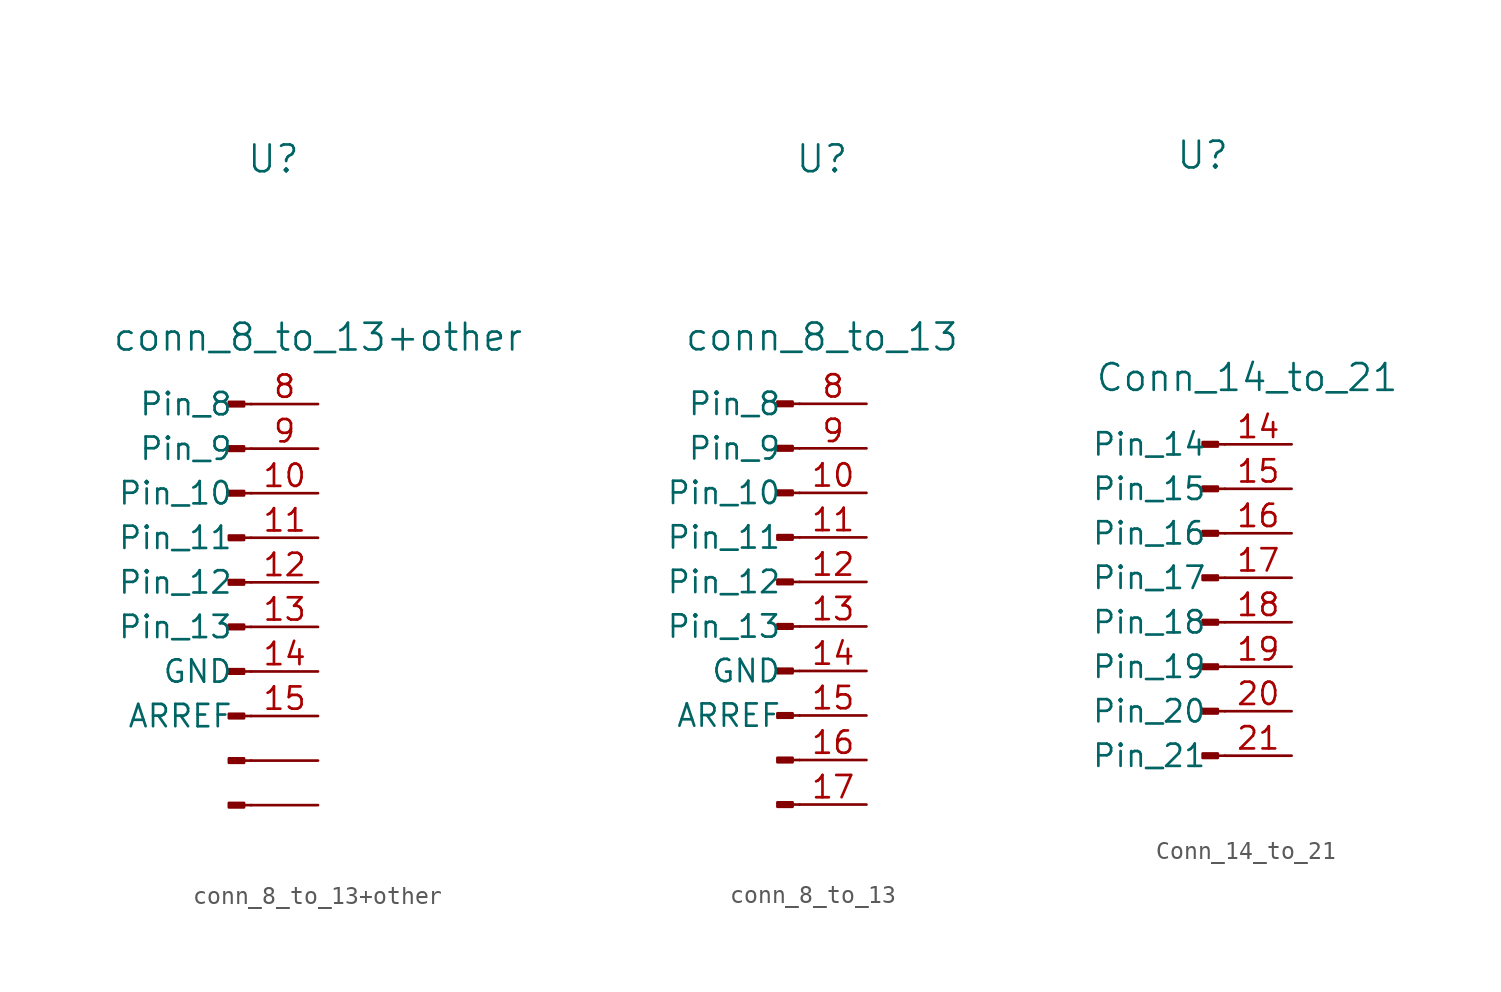
<source format=kicad_sym>
(kicad_symbol_lib
  (version 20211014)
  (generator kicad_symbol_editor)
  (symbol "conn_8_to_13+other"
    (pin_names
      (offset 1.016))
    (property "Reference" "U"
      (at 0 22.86 0)
      (effects (font (size 1.524 1.524))))
    (property "Value" "conn_8_to_13+other"
      (at 2.54 12.7 0)
      (effects (font (size 1.524 1.524))))
    (symbol "conn_8_to_13+other_1_1"
      (rectangle (start -1.676 -13.843) (end -2.54 -14.097) (stroke (width 0.152) (type default) (color 0 0 0 0)) (fill (type outline)))
      (rectangle (start -1.676 -11.303) (end -2.54 -11.557) (stroke (width 0.152) (type default) (color 0 0 0 0)) (fill (type outline)))
      (rectangle (start -1.676 -8.763) (end -2.54 -9.017) (stroke (width 0.152) (type default) (color 0 0 0 0)) (fill (type outline)))
      (rectangle (start -1.676 -6.223) (end -2.54 -6.477) (stroke (width 0.152) (type default) (color 0 0 0 0)) (fill (type outline)))
      (rectangle (start -1.676 -3.683) (end -2.54 -3.937) (stroke (width 0.152) (type default) (color 0 0 0 0)) (fill (type outline)))
      (rectangle (start -1.676 -1.143) (end -2.54 -1.397) (stroke (width 0.152) (type default) (color 0 0 0 0)) (fill (type outline)))
      (rectangle (start -1.676 1.397) (end -2.54 1.143) (stroke (width 0.152) (type default) (color 0 0 0 0)) (fill (type outline)))
      (rectangle (start -1.676 3.937) (end -2.54 3.683) (stroke (width 0.152) (type default) (color 0 0 0 0)) (fill (type outline)))
      (rectangle (start -1.676 6.477) (end -2.54 6.223) (stroke (width 0.152) (type default) (color 0 0 0 0)) (fill (type outline)))
      (rectangle (start -1.676 9.017) (end -2.54 8.763) (stroke (width 0.152) (type default) (color 0 0 0 0)) (fill (type outline)))
      (polyline (pts (xy -1.27 -13.97) (xy -1.676 -13.97)) (stroke (width 0.152) (type default) (color 0 0 0 0)) (fill (type none)))
      (polyline (pts (xy -1.27 -11.43) (xy -1.676 -11.43)) (stroke (width 0.152) (type default) (color 0 0 0 0)) (fill (type none)))
      (polyline (pts (xy -1.27 -8.89) (xy -1.676 -8.89)) (stroke (width 0.152) (type default) (color 0 0 0 0)) (fill (type none)))
      (polyline (pts (xy -1.27 -6.35) (xy -1.676 -6.35)) (stroke (width 0.152) (type default) (color 0 0 0 0)) (fill (type none)))
      (polyline (pts (xy -1.27 -3.81) (xy -1.676 -3.81)) (stroke (width 0.152) (type default) (color 0 0 0 0)) (fill (type none)))
      (polyline (pts (xy -1.27 -1.27) (xy -1.676 -1.27)) (stroke (width 0.152) (type default) (color 0 0 0 0)) (fill (type none)))
      (polyline (pts (xy -1.27 1.27) (xy -1.676 1.27)) (stroke (width 0.152) (type default) (color 0 0 0 0)) (fill (type none)))
      (polyline (pts (xy -1.27 3.81) (xy -1.676 3.81)) (stroke (width 0.152) (type default) (color 0 0 0 0)) (fill (type none)))
      (polyline (pts (xy -1.27 6.35) (xy -1.676 6.35)) (stroke (width 0.152) (type default) (color 0 0 0 0)) (fill (type none)))
      (polyline (pts (xy -1.27 8.89) (xy -1.676 8.89)) (stroke (width 0.152) (type default) (color 0 0 0 0)) (fill (type none)))
      (pin passive line (at 2.54 3.81 180) (length 3.81) (name "Pin_10" (effects (font (size 1.27 1.27)))) (number "10" (effects (font (size 1.27 1.27)))))
      (pin passive line (at 2.54 1.27 180) (length 3.81) (name "Pin_11" (effects (font (size 1.27 1.27)))) (number "11" (effects (font (size 1.27 1.27)))))
      (pin passive line (at 2.54 -1.27 180) (length 3.81) (name "Pin_12" (effects (font (size 1.27 1.27)))) (number "12" (effects (font (size 1.27 1.27)))))
      (pin passive line (at 2.54 -3.81 180) (length 3.81) (name "Pin_13" (effects (font (size 1.27 1.27)))) (number "13" (effects (font (size 1.27 1.27)))))
      (pin passive line (at 2.54 -6.35 180) (length 3.81) (name "GND" (effects (font (size 1.27 1.27)))) (number "14" (effects (font (size 1.27 1.27)))))
      (pin passive line (at 2.54 -8.89 180) (length 3.81) (name "ARREF" (effects (font (size 1.27 1.27)))) (number "15" (effects (font (size 1.27 1.27)))))
      (pin passive line (at 2.54 8.89 180) (length 3.81) (name "Pin_8" (effects (font (size 1.27 1.27)))) (number "8" (effects (font (size 1.27 1.27)))))
      (pin passive line (at 2.54 6.35 180) (length 3.81) (name "Pin_9" (effects (font (size 1.27 1.27)))) (number "9" (effects (font (size 1.27 1.27)))))
      (pin passive line (at 2.54 -13.97 180) (length 3.81) (name "~" (effects (font (size 1.27 1.27)))) (number "~" (effects (font (size 1.27 1.27)))))
      (pin passive line (at 2.54 -11.43 180) (length 3.81) (name "~" (effects (font (size 1.27 1.27)))) (number "~" (effects (font (size 1.27 1.27)))))))
  (symbol "conn_8_to_13"
    (pin_names
      (offset 1.016))
    (property "Reference" "U"
      (at 0 22.86 0)
      (effects (font (size 1.524 1.524))))
    (property "Value" "conn_8_to_13"
      (at 0 12.7 0)
      (effects (font (size 1.524 1.524))))
    (symbol "conn_8_to_13_1_1"
      (rectangle (start -1.676 -13.843) (end -2.54 -14.097) (stroke (width 0.152) (type default) (color 0 0 0 0)) (fill (type outline)))
      (rectangle (start -1.676 -11.303) (end -2.54 -11.557) (stroke (width 0.152) (type default) (color 0 0 0 0)) (fill (type outline)))
      (rectangle (start -1.676 -8.763) (end -2.54 -9.017) (stroke (width 0.152) (type default) (color 0 0 0 0)) (fill (type outline)))
      (rectangle (start -1.676 -6.223) (end -2.54 -6.477) (stroke (width 0.152) (type default) (color 0 0 0 0)) (fill (type outline)))
      (rectangle (start -1.676 -3.683) (end -2.54 -3.937) (stroke (width 0.152) (type default) (color 0 0 0 0)) (fill (type outline)))
      (rectangle (start -1.676 -1.143) (end -2.54 -1.397) (stroke (width 0.152) (type default) (color 0 0 0 0)) (fill (type outline)))
      (rectangle (start -1.676 1.397) (end -2.54 1.143) (stroke (width 0.152) (type default) (color 0 0 0 0)) (fill (type outline)))
      (rectangle (start -1.676 3.937) (end -2.54 3.683) (stroke (width 0.152) (type default) (color 0 0 0 0)) (fill (type outline)))
      (rectangle (start -1.676 6.477) (end -2.54 6.223) (stroke (width 0.152) (type default) (color 0 0 0 0)) (fill (type outline)))
      (rectangle (start -1.676 9.017) (end -2.54 8.763) (stroke (width 0.152) (type default) (color 0 0 0 0)) (fill (type outline)))
      (polyline (pts (xy -1.27 -13.97) (xy -1.676 -13.97)) (stroke (width 0.152) (type default) (color 0 0 0 0)) (fill (type none)))
      (polyline (pts (xy -1.27 -11.43) (xy -1.676 -11.43)) (stroke (width 0.152) (type default) (color 0 0 0 0)) (fill (type none)))
      (polyline (pts (xy -1.27 -8.89) (xy -1.676 -8.89)) (stroke (width 0.152) (type default) (color 0 0 0 0)) (fill (type none)))
      (polyline (pts (xy -1.27 -6.35) (xy -1.676 -6.35)) (stroke (width 0.152) (type default) (color 0 0 0 0)) (fill (type none)))
      (polyline (pts (xy -1.27 -3.81) (xy -1.676 -3.81)) (stroke (width 0.152) (type default) (color 0 0 0 0)) (fill (type none)))
      (polyline (pts (xy -1.27 -1.27) (xy -1.676 -1.27)) (stroke (width 0.152) (type default) (color 0 0 0 0)) (fill (type none)))
      (polyline (pts (xy -1.27 1.27) (xy -1.676 1.27)) (stroke (width 0.152) (type default) (color 0 0 0 0)) (fill (type none)))
      (polyline (pts (xy -1.27 3.81) (xy -1.676 3.81)) (stroke (width 0.152) (type default) (color 0 0 0 0)) (fill (type none)))
      (polyline (pts (xy -1.27 6.35) (xy -1.676 6.35)) (stroke (width 0.152) (type default) (color 0 0 0 0)) (fill (type none)))
      (polyline (pts (xy -1.27 8.89) (xy -1.676 8.89)) (stroke (width 0.152) (type default) (color 0 0 0 0)) (fill (type none)))
      (pin passive line (at 2.54 3.81 180) (length 3.81) (name "Pin_10" (effects (font (size 1.27 1.27)))) (number "10" (effects (font (size 1.27 1.27)))))
      (pin passive line (at 2.54 1.27 180) (length 3.81) (name "Pin_11" (effects (font (size 1.27 1.27)))) (number "11" (effects (font (size 1.27 1.27)))))
      (pin passive line (at 2.54 -1.27 180) (length 3.81) (name "Pin_12" (effects (font (size 1.27 1.27)))) (number "12" (effects (font (size 1.27 1.27)))))
      (pin passive line (at 2.54 -3.81 180) (length 3.81) (name "Pin_13" (effects (font (size 1.27 1.27)))) (number "13" (effects (font (size 1.27 1.27)))))
      (pin passive line (at 2.54 -6.35 180) (length 3.81) (name "GND" (effects (font (size 1.27 1.27)))) (number "14" (effects (font (size 1.27 1.27)))))
      (pin passive line (at 2.54 -8.89 180) (length 3.81) (name "ARREF" (effects (font (size 1.27 1.27)))) (number "15" (effects (font (size 1.27 1.27)))))
      (pin passive line (at 2.54 -11.43 180) (length 3.81) (name "~" (effects (font (size 1.27 1.27)))) (number "16" (effects (font (size 1.27 1.27)))))
      (pin passive line (at 2.54 -13.97 180) (length 3.81) (name "~" (effects (font (size 1.27 1.27)))) (number "17" (effects (font (size 1.27 1.27)))))
      (pin passive line (at 2.54 8.89 180) (length 3.81) (name "Pin_8" (effects (font (size 1.27 1.27)))) (number "8" (effects (font (size 1.27 1.27)))))
      (pin passive line (at 2.54 6.35 180) (length 3.81) (name "Pin_9" (effects (font (size 1.27 1.27)))) (number "9" (effects (font (size 1.27 1.27)))))))
  (symbol "Conn_14_to_21"
    (pin_names
      (offset 1.016))
    (property "Reference" "U"
      (at -2.54 22.86 0)
      (effects (font (size 1.524 1.524))))
    (property "Value" "Conn_14_to_21"
      (at 0 10.16 0)
      (effects (font (size 1.524 1.524))))
    (symbol "Conn_14_to_21_1_1"
      (rectangle (start -1.676 -11.303) (end -2.54 -11.557) (stroke (width 0.152) (type default) (color 0 0 0 0)) (fill (type outline)))
      (rectangle (start -1.676 -8.763) (end -2.54 -9.017) (stroke (width 0.152) (type default) (color 0 0 0 0)) (fill (type outline)))
      (rectangle (start -1.676 -6.223) (end -2.54 -6.477) (stroke (width 0.152) (type default) (color 0 0 0 0)) (fill (type outline)))
      (rectangle (start -1.676 -3.683) (end -2.54 -3.937) (stroke (width 0.152) (type default) (color 0 0 0 0)) (fill (type outline)))
      (rectangle (start -1.676 -1.143) (end -2.54 -1.397) (stroke (width 0.152) (type default) (color 0 0 0 0)) (fill (type outline)))
      (rectangle (start -1.676 1.397) (end -2.54 1.143) (stroke (width 0.152) (type default) (color 0 0 0 0)) (fill (type outline)))
      (rectangle (start -1.676 3.937) (end -2.54 3.683) (stroke (width 0.152) (type default) (color 0 0 0 0)) (fill (type outline)))
      (rectangle (start -1.676 6.477) (end -2.54 6.223) (stroke (width 0.152) (type default) (color 0 0 0 0)) (fill (type outline)))
      (polyline (pts (xy -1.27 -11.43) (xy -1.676 -11.43)) (stroke (width 0.152) (type default) (color 0 0 0 0)) (fill (type none)))
      (polyline (pts (xy -1.27 -8.89) (xy -1.676 -8.89)) (stroke (width 0.152) (type default) (color 0 0 0 0)) (fill (type none)))
      (polyline (pts (xy -1.27 -6.35) (xy -1.676 -6.35)) (stroke (width 0.152) (type default) (color 0 0 0 0)) (fill (type none)))
      (polyline (pts (xy -1.27 -3.81) (xy -1.676 -3.81)) (stroke (width 0.152) (type default) (color 0 0 0 0)) (fill (type none)))
      (polyline (pts (xy -1.27 -1.27) (xy -1.676 -1.27)) (stroke (width 0.152) (type default) (color 0 0 0 0)) (fill (type none)))
      (polyline (pts (xy -1.27 1.27) (xy -1.676 1.27)) (stroke (width 0.152) (type default) (color 0 0 0 0)) (fill (type none)))
      (polyline (pts (xy -1.27 3.81) (xy -1.676 3.81)) (stroke (width 0.152) (type default) (color 0 0 0 0)) (fill (type none)))
      (polyline (pts (xy -1.27 6.35) (xy -1.676 6.35)) (stroke (width 0.152) (type default) (color 0 0 0 0)) (fill (type none)))
      (pin passive line (at 2.54 6.35 180) (length 3.81) (name "Pin_14" (effects (font (size 1.27 1.27)))) (number "14" (effects (font (size 1.27 1.27)))))
      (pin passive line (at 2.54 3.81 180) (length 3.81) (name "Pin_15" (effects (font (size 1.27 1.27)))) (number "15" (effects (font (size 1.27 1.27)))))
      (pin passive line (at 2.54 1.27 180) (length 3.81) (name "Pin_16" (effects (font (size 1.27 1.27)))) (number "16" (effects (font (size 1.27 1.27)))))
      (pin passive line (at 2.54 -1.27 180) (length 3.81) (name "Pin_17" (effects (font (size 1.27 1.27)))) (number "17" (effects (font (size 1.27 1.27)))))
      (pin passive line (at 2.54 -3.81 180) (length 3.81) (name "Pin_18" (effects (font (size 1.27 1.27)))) (number "18" (effects (font (size 1.27 1.27)))))
      (pin passive line (at 2.54 -6.35 180) (length 3.81) (name "Pin_19" (effects (font (size 1.27 1.27)))) (number "19" (effects (font (size 1.27 1.27)))))
      (pin passive line (at 2.54 -8.89 180) (length 3.81) (name "Pin_20" (effects (font (size 1.27 1.27)))) (number "20" (effects (font (size 1.27 1.27)))))
      (pin passive line (at 2.54 -11.43 180) (length 3.81) (name "Pin_21" (effects (font (size 1.27 1.27)))) (number "21" (effects (font (size 1.27 1.27))))))))
</source>
